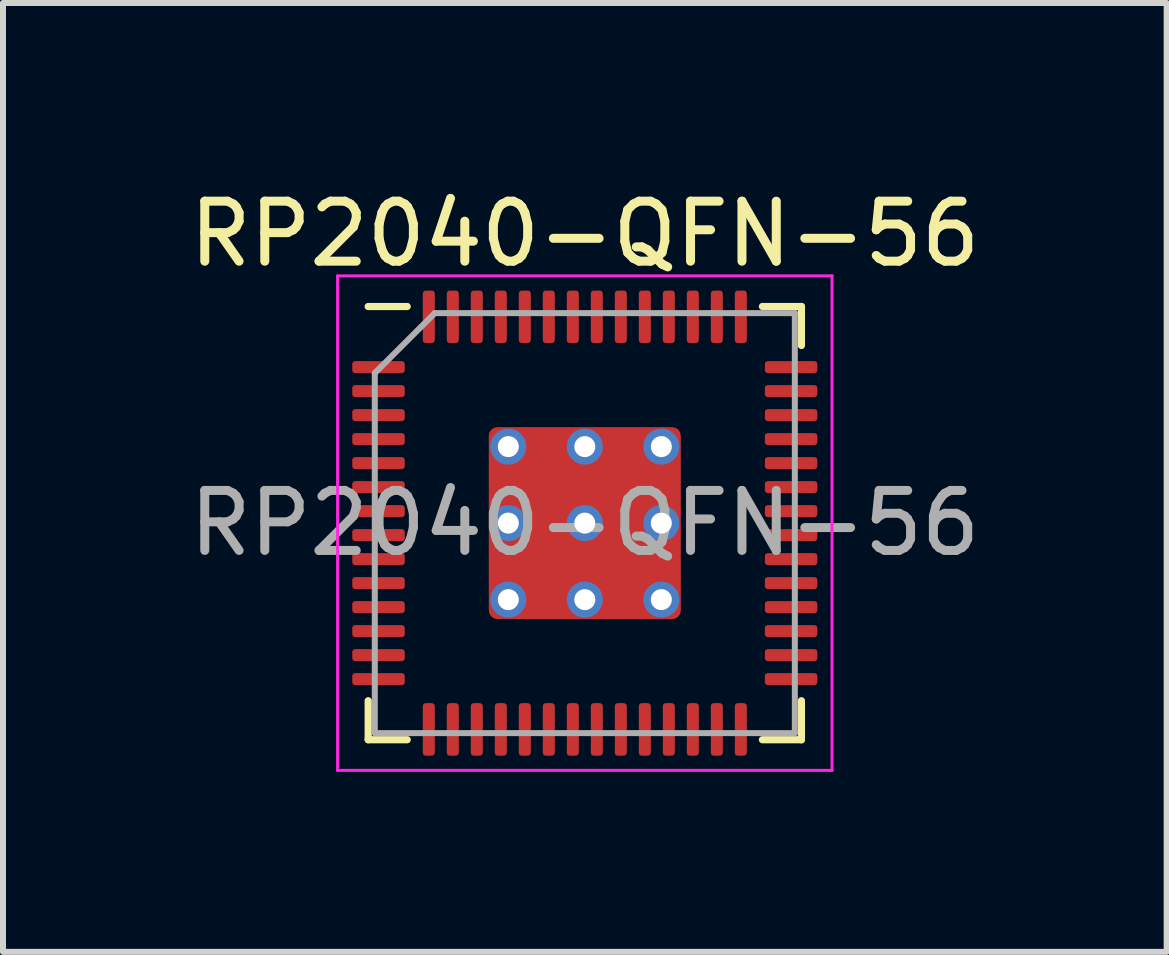
<source format=kicad_pcb>
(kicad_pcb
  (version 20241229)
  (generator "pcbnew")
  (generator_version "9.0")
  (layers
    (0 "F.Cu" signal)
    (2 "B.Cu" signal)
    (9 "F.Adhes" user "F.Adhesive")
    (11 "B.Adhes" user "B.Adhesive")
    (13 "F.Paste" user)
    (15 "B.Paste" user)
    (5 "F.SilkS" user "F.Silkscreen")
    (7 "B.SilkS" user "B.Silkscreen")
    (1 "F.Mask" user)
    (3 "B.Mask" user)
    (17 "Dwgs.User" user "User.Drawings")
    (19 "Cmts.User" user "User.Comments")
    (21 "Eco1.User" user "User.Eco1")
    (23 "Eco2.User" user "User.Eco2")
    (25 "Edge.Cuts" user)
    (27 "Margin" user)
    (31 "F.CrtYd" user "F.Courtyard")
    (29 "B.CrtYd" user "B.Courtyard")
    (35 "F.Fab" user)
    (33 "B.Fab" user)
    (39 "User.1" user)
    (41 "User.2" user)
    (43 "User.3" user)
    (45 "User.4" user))
  (footprint "RP2040-QFN-56"
    (layer "F.Cu")
    (at 6.696 5.668)
    (property "Reference" "RP2040-QFN-56" (at 0 -4.82 0) (layer "F.SilkS") (effects (font (size 1 1) (thickness 0.15))))
    (attr through_hole)
    (fp_line (start -3.61 3.61) (end -3.61 2.96) (stroke (width 0.12) (type solid)) (layer "F.SilkS"))
    (fp_line (start -2.96 -3.61) (end -3.61 -3.61) (stroke (width 0.12) (type solid)) (layer "F.SilkS"))
    (fp_line (start -2.96 3.61) (end -3.61 3.61) (stroke (width 0.12) (type solid)) (layer "F.SilkS"))
    (fp_line (start 2.96 -3.61) (end 3.61 -3.61) (stroke (width 0.12) (type solid)) (layer "F.SilkS"))
    (fp_line (start 2.96 3.61) (end 3.61 3.61) (stroke (width 0.12) (type solid)) (layer "F.SilkS"))
    (fp_line (start 3.61 -3.61) (end 3.61 -2.96) (stroke (width 0.12) (type solid)) (layer "F.SilkS"))
    (fp_line (start 3.61 3.61) (end 3.61 2.96) (stroke (width 0.12) (type solid)) (layer "F.SilkS"))
    (fp_line (start -4.12 -4.12) (end -4.12 4.12) (stroke (width 0.05) (type solid)) (layer "F.CrtYd"))
    (fp_line (start -4.12 4.12) (end 4.12 4.12) (stroke (width 0.05) (type solid)) (layer "F.CrtYd"))
    (fp_line (start 4.12 -4.12) (end -4.12 -4.12) (stroke (width 0.05) (type solid)) (layer "F.CrtYd"))
    (fp_line (start 4.12 4.12) (end 4.12 -4.12) (stroke (width 0.05) (type solid)) (layer "F.CrtYd"))
    (fp_line (start -3.5 -2.5) (end -2.5 -3.5) (stroke (width 0.1) (type solid)) (layer "F.Fab"))
    (fp_line (start -3.5 3.5) (end -3.5 -2.5) (stroke (width 0.1) (type solid)) (layer "F.Fab"))
    (fp_line (start -2.5 -3.5) (end 3.5 -3.5) (stroke (width 0.1) (type solid)) (layer "F.Fab"))
    (fp_line (start 3.5 -3.5) (end 3.5 3.5) (stroke (width 0.1) (type solid)) (layer "F.Fab"))
    (fp_line (start 3.5 3.5) (end -3.5 3.5) (stroke (width 0.1) (type solid)) (layer "F.Fab"))
    (fp_text user "${REFERENCE}" (at 0 0 0) (layer "F.Fab") (effects (font (size 1 1) (thickness 0.15))))
    (pad "" smd roundrect (at -0.637 -0.637) (size 1.084 1.084) (layers "F.Paste") (roundrect_rratio 0.231))
    (pad "" smd roundrect (at -0.637 0.637) (size 1.084 1.084) (layers "F.Paste") (roundrect_rratio 0.231))
    (pad "" smd roundrect (at 0.637 -0.637) (size 1.084 1.084) (layers "F.Paste") (roundrect_rratio 0.231))
    (pad "" smd roundrect (at 0.637 0.637) (size 1.084 1.084) (layers "F.Paste") (roundrect_rratio 0.231))
    (pad "1" smd roundrect (at -3.438 -2.6) (size 0.875 0.2) (layers "F.Cu" "F.Mask" "F.Paste") (roundrect_rratio 0.25))
    (pad "2" smd roundrect (at -3.438 -2.2) (size 0.875 0.2) (layers "F.Cu" "F.Mask" "F.Paste") (roundrect_rratio 0.25))
    (pad "3" smd roundrect (at -3.438 -1.8) (size 0.875 0.2) (layers "F.Cu" "F.Mask" "F.Paste") (roundrect_rratio 0.25))
    (pad "4" smd roundrect (at -3.438 -1.4) (size 0.875 0.2) (layers "F.Cu" "F.Mask" "F.Paste") (roundrect_rratio 0.25))
    (pad "5" smd roundrect (at -3.438 -1) (size 0.875 0.2) (layers "F.Cu" "F.Mask" "F.Paste") (roundrect_rratio 0.25))
    (pad "6" smd roundrect (at -3.438 -0.6) (size 0.875 0.2) (layers "F.Cu" "F.Mask" "F.Paste") (roundrect_rratio 0.25))
    (pad "7" smd roundrect (at -3.438 -0.2) (size 0.875 0.2) (layers "F.Cu" "F.Mask" "F.Paste") (roundrect_rratio 0.25))
    (pad "8" smd roundrect (at -3.438 0.2) (size 0.875 0.2) (layers "F.Cu" "F.Mask" "F.Paste") (roundrect_rratio 0.25))
    (pad "9" smd roundrect (at -3.438 0.6) (size 0.875 0.2) (layers "F.Cu" "F.Mask" "F.Paste") (roundrect_rratio 0.25))
    (pad "10" smd roundrect (at -3.438 1) (size 0.875 0.2) (layers "F.Cu" "F.Mask" "F.Paste") (roundrect_rratio 0.25))
    (pad "11" smd roundrect (at -3.438 1.4) (size 0.875 0.2) (layers "F.Cu" "F.Mask" "F.Paste") (roundrect_rratio 0.25))
    (pad "12" smd roundrect (at -3.438 1.8) (size 0.875 0.2) (layers "F.Cu" "F.Mask" "F.Paste") (roundrect_rratio 0.25))
    (pad "13" smd roundrect (at -3.438 2.2) (size 0.875 0.2) (layers "F.Cu" "F.Mask" "F.Paste") (roundrect_rratio 0.25))
    (pad "14" smd roundrect (at -3.438 2.6) (size 0.875 0.2) (layers "F.Cu" "F.Mask" "F.Paste") (roundrect_rratio 0.25))
    (pad "15" smd roundrect (at -2.6 3.438) (size 0.2 0.875) (layers "F.Cu" "F.Mask" "F.Paste") (roundrect_rratio 0.25))
    (pad "16" smd roundrect (at -2.2 3.438) (size 0.2 0.875) (layers "F.Cu" "F.Mask" "F.Paste") (roundrect_rratio 0.25))
    (pad "17" smd roundrect (at -1.8 3.438) (size 0.2 0.875) (layers "F.Cu" "F.Mask" "F.Paste") (roundrect_rratio 0.25))
    (pad "18" smd roundrect (at -1.4 3.438) (size 0.2 0.875) (layers "F.Cu" "F.Mask" "F.Paste") (roundrect_rratio 0.25))
    (pad "19" smd roundrect (at -1 3.438) (size 0.2 0.875) (layers "F.Cu" "F.Mask" "F.Paste") (roundrect_rratio 0.25))
    (pad "20" smd roundrect (at -0.6 3.438) (size 0.2 0.875) (layers "F.Cu" "F.Mask" "F.Paste") (roundrect_rratio 0.25))
    (pad "21" smd roundrect (at -0.2 3.438) (size 0.2 0.875) (layers "F.Cu" "F.Mask" "F.Paste") (roundrect_rratio 0.25))
    (pad "22" smd roundrect (at 0.2 3.438) (size 0.2 0.875) (layers "F.Cu" "F.Mask" "F.Paste") (roundrect_rratio 0.25))
    (pad "23" smd roundrect (at 0.6 3.438) (size 0.2 0.875) (layers "F.Cu" "F.Mask" "F.Paste") (roundrect_rratio 0.25))
    (pad "24" smd roundrect (at 1 3.438) (size 0.2 0.875) (layers "F.Cu" "F.Mask" "F.Paste") (roundrect_rratio 0.25))
    (pad "25" smd roundrect (at 1.4 3.438) (size 0.2 0.875) (layers "F.Cu" "F.Mask" "F.Paste") (roundrect_rratio 0.25))
    (pad "26" smd roundrect (at 1.8 3.438) (size 0.2 0.875) (layers "F.Cu" "F.Mask" "F.Paste") (roundrect_rratio 0.25))
    (pad "27" smd roundrect (at 2.2 3.438) (size 0.2 0.875) (layers "F.Cu" "F.Mask" "F.Paste") (roundrect_rratio 0.25))
    (pad "28" smd roundrect (at 2.6 3.438) (size 0.2 0.875) (layers "F.Cu" "F.Mask" "F.Paste") (roundrect_rratio 0.25))
    (pad "29" smd roundrect (at 3.438 2.6) (size 0.875 0.2) (layers "F.Cu" "F.Mask" "F.Paste") (roundrect_rratio 0.25))
    (pad "30" smd roundrect (at 3.438 2.2) (size 0.875 0.2) (layers "F.Cu" "F.Mask" "F.Paste") (roundrect_rratio 0.25))
    (pad "31" smd roundrect (at 3.438 1.8) (size 0.875 0.2) (layers "F.Cu" "F.Mask" "F.Paste") (roundrect_rratio 0.25))
    (pad "32" smd roundrect (at 3.438 1.4) (size 0.875 0.2) (layers "F.Cu" "F.Mask" "F.Paste") (roundrect_rratio 0.25))
    (pad "33" smd roundrect (at 3.438 1) (size 0.875 0.2) (layers "F.Cu" "F.Mask" "F.Paste") (roundrect_rratio 0.25))
    (pad "34" smd roundrect (at 3.438 0.6) (size 0.875 0.2) (layers "F.Cu" "F.Mask" "F.Paste") (roundrect_rratio 0.25))
    (pad "35" smd roundrect (at 3.438 0.2) (size 0.875 0.2) (layers "F.Cu" "F.Mask" "F.Paste") (roundrect_rratio 0.25))
    (pad "36" smd roundrect (at 3.438 -0.2) (size 0.875 0.2) (layers "F.Cu" "F.Mask" "F.Paste") (roundrect_rratio 0.25))
    (pad "37" smd roundrect (at 3.438 -0.6) (size 0.875 0.2) (layers "F.Cu" "F.Mask" "F.Paste") (roundrect_rratio 0.25))
    (pad "38" smd roundrect (at 3.438 -1) (size 0.875 0.2) (layers "F.Cu" "F.Mask" "F.Paste") (roundrect_rratio 0.25))
    (pad "39" smd roundrect (at 3.438 -1.4) (size 0.875 0.2) (layers "F.Cu" "F.Mask" "F.Paste") (roundrect_rratio 0.25))
    (pad "40" smd roundrect (at 3.438 -1.8) (size 0.875 0.2) (layers "F.Cu" "F.Mask" "F.Paste") (roundrect_rratio 0.25))
    (pad "41" smd roundrect (at 3.438 -2.2) (size 0.875 0.2) (layers "F.Cu" "F.Mask" "F.Paste") (roundrect_rratio 0.25))
    (pad "42" smd roundrect (at 3.438 -2.6) (size 0.875 0.2) (layers "F.Cu" "F.Mask" "F.Paste") (roundrect_rratio 0.25))
    (pad "43" smd roundrect (at 2.6 -3.438) (size 0.2 0.875) (layers "F.Cu" "F.Mask" "F.Paste") (roundrect_rratio 0.25))
    (pad "44" smd roundrect (at 2.2 -3.438) (size 0.2 0.875) (layers "F.Cu" "F.Mask" "F.Paste") (roundrect_rratio 0.25))
    (pad "45" smd roundrect (at 1.8 -3.438) (size 0.2 0.875) (layers "F.Cu" "F.Mask" "F.Paste") (roundrect_rratio 0.25))
    (pad "46" smd roundrect (at 1.4 -3.438) (size 0.2 0.875) (layers "F.Cu" "F.Mask" "F.Paste") (roundrect_rratio 0.25))
    (pad "47" smd roundrect (at 1 -3.438) (size 0.2 0.875) (layers "F.Cu" "F.Mask" "F.Paste") (roundrect_rratio 0.25))
    (pad "48" smd roundrect (at 0.6 -3.438) (size 0.2 0.875) (layers "F.Cu" "F.Mask" "F.Paste") (roundrect_rratio 0.25))
    (pad "49" smd roundrect (at 0.2 -3.438) (size 0.2 0.875) (layers "F.Cu" "F.Mask" "F.Paste") (roundrect_rratio 0.25))
    (pad "50" smd roundrect (at -0.2 -3.438) (size 0.2 0.875) (layers "F.Cu" "F.Mask" "F.Paste") (roundrect_rratio 0.25))
    (pad "51" smd roundrect (at -0.6 -3.438) (size 0.2 0.875) (layers "F.Cu" "F.Mask" "F.Paste") (roundrect_rratio 0.25))
    (pad "52" smd roundrect (at -1 -3.438) (size 0.2 0.875) (layers "F.Cu" "F.Mask" "F.Paste") (roundrect_rratio 0.25))
    (pad "53" smd roundrect (at -1.4 -3.438) (size 0.2 0.875) (layers "F.Cu" "F.Mask" "F.Paste") (roundrect_rratio 0.25))
    (pad "54" smd roundrect (at -1.8 -3.438) (size 0.2 0.875) (layers "F.Cu" "F.Mask" "F.Paste") (roundrect_rratio 0.25))
    (pad "55" smd roundrect (at -2.2 -3.438) (size 0.2 0.875) (layers "F.Cu" "F.Mask" "F.Paste") (roundrect_rratio 0.25))
    (pad "56" smd roundrect (at -2.6 -3.438) (size 0.2 0.875) (layers "F.Cu" "F.Mask" "F.Paste") (roundrect_rratio 0.25))
    (pad "57" thru_hole circle (at -1.275 -1.275) (size 0.6 0.6) (drill 0.35) (layers "*.Cu"))
    (pad "57" thru_hole circle (at -1.275 0) (size 0.6 0.6) (drill 0.35) (layers "*.Cu"))
    (pad "57" thru_hole circle (at -1.275 1.275) (size 0.6 0.6) (drill 0.35) (layers "*.Cu"))
    (pad "57" thru_hole circle (at 0 -1.275) (size 0.6 0.6) (drill 0.35) (layers "*.Cu"))
    (pad "57" thru_hole circle (at 0 0) (size 0.6 0.6) (drill 0.35) (layers "*.Cu"))
    (pad "57" smd roundrect (at 0 0) (size 3.2 3.2) (layers "F.Cu" "F.Mask") (roundrect_rratio 0.045))
    (pad "57" thru_hole circle (at 0 1.275) (size 0.6 0.6) (drill 0.35) (layers "*.Cu"))
    (pad "57" thru_hole circle (at 1.275 -1.275) (size 0.6 0.6) (drill 0.35) (layers "*.Cu"))
    (pad "57" thru_hole circle (at 1.275 0) (size 0.6 0.6) (drill 0.35) (layers "*.Cu"))
    (pad "57" thru_hole circle (at 1.275 1.275) (size 0.6 0.6) (drill 0.35) (layers "*.Cu")))
  (gr_rect
    (start -3 -3)
    (end 16.393 12.813)
    (stroke (width 0.1) (type default))
    (fill no)
    (layer "Edge.Cuts")))
</source>
